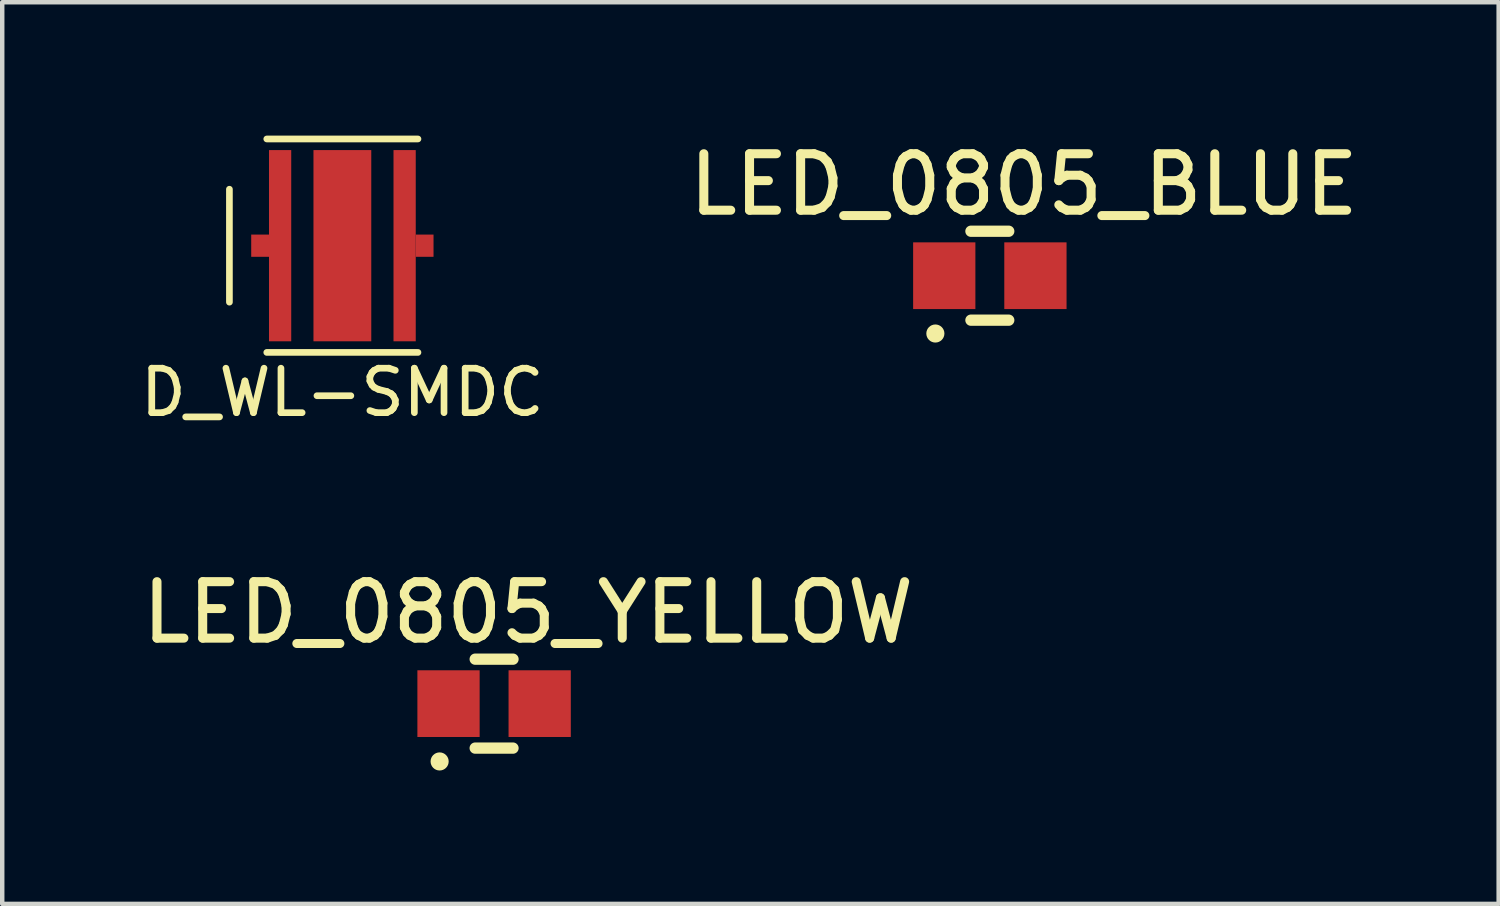
<source format=kicad_pcb>
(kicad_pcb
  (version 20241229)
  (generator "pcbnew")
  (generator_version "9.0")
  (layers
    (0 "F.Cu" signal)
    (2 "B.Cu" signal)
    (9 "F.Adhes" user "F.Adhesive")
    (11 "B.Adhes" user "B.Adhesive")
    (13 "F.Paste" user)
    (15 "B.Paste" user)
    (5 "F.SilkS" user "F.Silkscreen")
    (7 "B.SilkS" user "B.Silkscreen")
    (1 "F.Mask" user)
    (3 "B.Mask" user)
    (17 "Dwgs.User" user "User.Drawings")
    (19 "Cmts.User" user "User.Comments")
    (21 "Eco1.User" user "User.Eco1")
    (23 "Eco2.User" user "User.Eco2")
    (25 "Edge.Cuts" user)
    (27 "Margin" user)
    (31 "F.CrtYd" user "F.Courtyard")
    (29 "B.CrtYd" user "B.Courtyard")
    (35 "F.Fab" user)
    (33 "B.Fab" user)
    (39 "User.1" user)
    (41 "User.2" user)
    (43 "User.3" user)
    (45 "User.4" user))
  (footprint "D_WL-SMDC"
    (layer "F.Cu")
    (at 4.649 2.475)
    (property "Reference" "D_WL-SMDC" (at 0 3.3 0) (layer "F.SilkS") (effects (font (size 1 1) (thickness 0.15))))
    (attr through_hole)
    (fp_line (start -2.54 -1.27) (end -2.54 1.27) (stroke (width 0.15) (type solid)) (layer "F.SilkS"))
    (fp_line (start -1.7 -2.4) (end 1.7 -2.4) (stroke (width 0.15) (type solid)) (layer "F.SilkS"))
    (fp_line (start -1.7 2.4) (end 1.7 2.4) (stroke (width 0.15) (type solid)) (layer "F.SilkS"))
    (pad "1" smd rect (at -1.85 0) (size 0.4 0.5) (layers "F.Cu" "F.Mask" "F.Paste"))
    (pad "1" smd rect (at -1.4 0) (size 0.5 4.3) (layers "F.Cu" "F.Mask" "F.Paste"))
    (pad "2" smd rect (at 1.4 0) (size 0.5 4.3) (layers "F.Cu" "F.Mask" "F.Paste"))
    (pad "2" smd rect (at 1.85 0) (size 0.4 0.5) (layers "F.Cu" "F.Mask" "F.Paste"))
    (pad "3" smd rect (at 0 0) (size 1.3 4.3) (layers "F.Cu" "F.Mask" "F.Paste")))
  (footprint "LED_0805_BLUE"
    (layer "F.Cu")
    (at 18.184 3.15)
    (property "Reference" "LED_0805_BLUE" (at 1.79 -2.05 0) (layer "F.SilkS") (effects (font (size 1.27 1.27) (thickness 0.203))))
    (attr through_hole)
    (fp_line (start 0.6 -1) (end 1.45 -1) (stroke (width 0.254) (type solid)) (layer "F.SilkS"))
    (fp_line (start 0.6 1) (end 1.45 1) (stroke (width 0.254) (type solid)) (layer "F.SilkS"))
    (fp_circle (center -0.2 1.3) (end -0.1 1.28) (stroke (width 0.203) (type solid)) (fill no) (layer "F.SilkS"))
    (pad "1" smd rect (at 0 0) (size 1.4 1.5) (layers "F.Cu" "F.Mask" "F.Paste"))
    (pad "2" smd rect (at 2.05 0) (size 1.4 1.5) (layers "F.Cu" "F.Mask" "F.Paste")))
  (footprint "LED_0805_YELLOW"
    (layer "F.Cu")
    (at 7.036 12.773)
    (property "Reference" "LED_0805_YELLOW" (at 1.79 -2.05 0) (layer "F.SilkS") (effects (font (size 1.27 1.27) (thickness 0.203))))
    (attr through_hole)
    (fp_line (start 0.6 -1) (end 1.45 -1) (stroke (width 0.254) (type solid)) (layer "F.SilkS"))
    (fp_line (start 0.6 1) (end 1.45 1) (stroke (width 0.254) (type solid)) (layer "F.SilkS"))
    (fp_circle (center -0.2 1.3) (end -0.1 1.28) (stroke (width 0.203) (type solid)) (fill no) (layer "F.SilkS"))
    (pad "1" smd rect (at 0 0) (size 1.4 1.5) (layers "F.Cu" "F.Mask" "F.Paste"))
    (pad "2" smd rect (at 2.05 0) (size 1.4 1.5) (layers "F.Cu" "F.Mask" "F.Paste")))
  (gr_rect
    (start -3 -3)
    (end 30.651 17.276)
    (stroke (width 0.1) (type default))
    (fill no)
    (layer "Edge.Cuts")))
</source>
